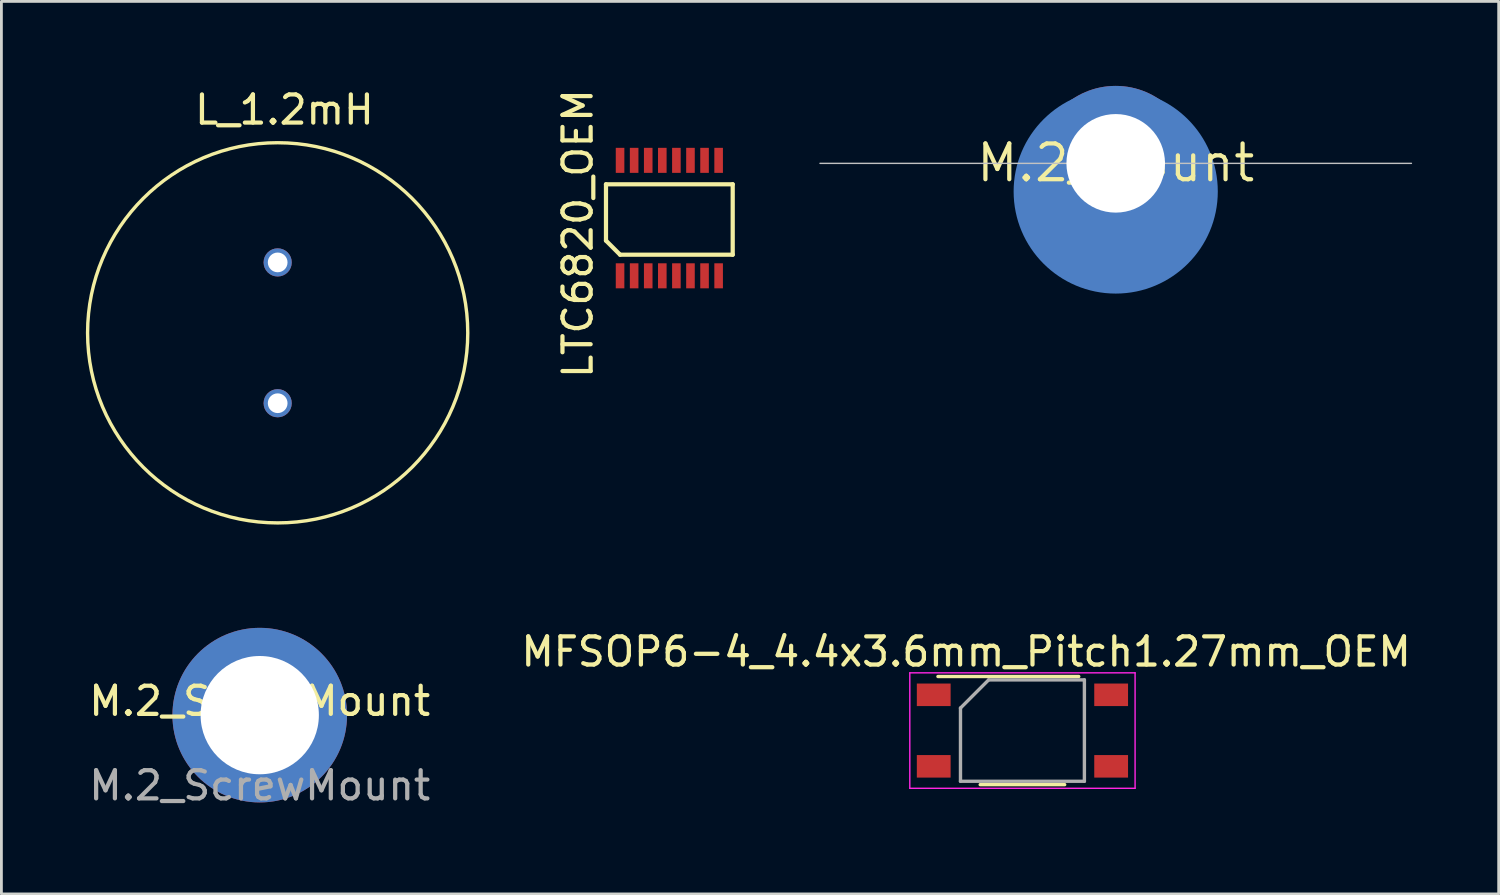
<source format=kicad_pcb>
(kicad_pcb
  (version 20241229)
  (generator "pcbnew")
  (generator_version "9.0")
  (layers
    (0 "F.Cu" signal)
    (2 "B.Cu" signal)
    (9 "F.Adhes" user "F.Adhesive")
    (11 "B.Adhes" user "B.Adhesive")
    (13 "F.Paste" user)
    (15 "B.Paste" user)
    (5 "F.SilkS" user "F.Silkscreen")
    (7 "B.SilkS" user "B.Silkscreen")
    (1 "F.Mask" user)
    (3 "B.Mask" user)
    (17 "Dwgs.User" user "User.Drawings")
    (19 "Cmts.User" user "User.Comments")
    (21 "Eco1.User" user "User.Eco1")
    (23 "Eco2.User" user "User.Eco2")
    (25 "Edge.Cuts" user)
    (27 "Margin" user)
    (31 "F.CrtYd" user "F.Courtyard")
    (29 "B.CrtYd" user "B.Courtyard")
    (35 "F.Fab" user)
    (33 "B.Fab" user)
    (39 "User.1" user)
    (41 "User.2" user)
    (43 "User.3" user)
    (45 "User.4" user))
  (footprint "M.2_ScrewMount"
    (layer "F.Cu")
    (at 6.173 22.344)
    (property "Reference" "M.2_ScrewMount" (at 0 -0.5 0) (unlocked yes) (layer "F.SilkS") (effects (font (size 1 1) (thickness 0.15))))
    (attr through_hole)
    (fp_text user "${REFERENCE}" (at 0 2.5 0) (unlocked yes) (layer "F.Fab") (effects (font (size 1 1) (thickness 0.15))))
    (pad "1" thru_hole circle (at 0 0) (size 6.2 6.2) (drill 4.2) (layers "*.Cu" "*.Mask")))
  (footprint "MFSOP6-4_4.4x3.6mm_Pitch1.27mm_OEM"
    (layer "F.Cu")
    (at 33.256 22.892)
    (property "Reference" "MFSOP6-4_4.4x3.6mm_Pitch1.27mm_OEM" (at -2 -2.8 0) (layer "F.SilkS") (effects (font (size 1 1) (thickness 0.15))))
    (attr smd)
    (fp_line (start -3 -1.92) (end 2 -1.92) (stroke (width 0.12) (type solid)) (layer "F.SilkS"))
    (fp_line (start 1.5 1.92) (end -1.5 1.92) (stroke (width 0.12) (type solid)) (layer "F.SilkS"))
    (fp_line (start -4 -2.05) (end -4 2.05) (stroke (width 0.05) (type solid)) (layer "F.CrtYd"))
    (fp_line (start -4 -2.05) (end 4 -2.05) (stroke (width 0.05) (type solid)) (layer "F.CrtYd"))
    (fp_line (start 4 2.05) (end -4 2.05) (stroke (width 0.05) (type solid)) (layer "F.CrtYd"))
    (fp_line (start 4 2.05) (end 4 -2.05) (stroke (width 0.05) (type solid)) (layer "F.CrtYd"))
    (fp_line (start -2.2 -0.8) (end -2.2 1.8) (stroke (width 0.12) (type solid)) (layer "F.Fab"))
    (fp_line (start -2.2 1.8) (end 2.2 1.8) (stroke (width 0.12) (type solid)) (layer "F.Fab"))
    (fp_line (start -1.2 -1.8) (end -2.2 -0.8) (stroke (width 0.12) (type solid)) (layer "F.Fab"))
    (fp_line (start 2.2 -1.8) (end -1.2 -1.8) (stroke (width 0.12) (type solid)) (layer "F.Fab"))
    (fp_line (start 2.2 1.8) (end 2.2 -1.8) (stroke (width 0.12) (type solid)) (layer "F.Fab"))
    (pad "1" smd rect (at -3.15 -1.27) (size 1.2 0.8) (layers "F.Cu" "F.Mask" "F.Paste"))
    (pad "3" smd rect (at -3.15 1.27) (size 1.2 0.8) (layers "F.Cu" "F.Mask" "F.Paste"))
    (pad "4" smd rect (at 3.15 1.27) (size 1.2 0.8) (layers "F.Cu" "F.Mask" "F.Paste"))
    (pad "6" smd rect (at 3.15 -1.27) (size 1.2 0.8) (layers "F.Cu" "F.Mask" "F.Paste")))
  (footprint "L_1.2mH"
    (layer "F.Cu")
    (at 6.81 6.268)
    (property "Reference" "L_1.2mH" (at 0.24 -5.42 0) (layer "F.SilkS") (effects (font (size 1 1) (thickness 0.15))))
    (attr through_hole)
    (fp_circle (center 0 2.5) (end 6.75 2.5) (stroke (width 0.12) (type solid)) (fill no) (layer "F.SilkS"))
    (pad "1" thru_hole circle (at 0 0) (size 1 1) (drill 0.7) (layers "*.Cu" "*.Mask"))
    (pad "2" thru_hole circle (at 0 5) (size 1 1) (drill 0.7) (layers "*.Cu" "*.Mask")))
  (footprint "LTC6820_OEM"
    (layer "F.Cu")
    (at 16.968 15.994)
    (property "Reference" "LTC6820_OEM" (at 0.5 -10.75 90) (layer "F.SilkS") (effects (font (size 1 1) (thickness 0.15))))
    (attr through_hole)
    (fp_line (start 1.5 -10.5) (end 1.5 -12.5) (stroke (width 0.15) (type solid)) (layer "F.SilkS"))
    (fp_line (start 2 -10) (end 1.5 -10.5) (stroke (width 0.15) (type solid)) (layer "F.SilkS"))
    (fp_line (start 6 -12.5) (end 1.5 -12.5) (stroke (width 0.15) (type solid)) (layer "F.SilkS"))
    (fp_line (start 6 -12.5) (end 6 -10) (stroke (width 0.15) (type solid)) (layer "F.SilkS"))
    (fp_line (start 6 -10) (end 2 -10) (stroke (width 0.15) (type solid)) (layer "F.SilkS"))
    (pad "1" smd rect (at 2 -9.25) (size 0.305 0.889) (layers "F.Cu" "F.Mask" "F.Paste"))
    (pad "2" smd rect (at 2.5 -9.25) (size 0.305 0.889) (layers "F.Cu" "F.Mask" "F.Paste"))
    (pad "3" smd rect (at 3 -9.25) (size 0.305 0.889) (layers "F.Cu" "F.Mask" "F.Paste"))
    (pad "4" smd rect (at 3.5 -9.25) (size 0.305 0.889) (layers "F.Cu" "F.Mask" "F.Paste"))
    (pad "5" smd rect (at 4 -9.25) (size 0.305 0.889) (layers "F.Cu" "F.Mask" "F.Paste"))
    (pad "6" smd rect (at 4.5 -9.25) (size 0.305 0.889) (layers "F.Cu" "F.Mask" "F.Paste"))
    (pad "7" smd rect (at 5 -9.25) (size 0.305 0.889) (layers "F.Cu" "F.Mask" "F.Paste"))
    (pad "8" smd rect (at 5.5 -9.25) (size 0.305 0.889) (layers "F.Cu" "F.Mask" "F.Paste"))
    (pad "9" smd rect (at 5.5 -13.35) (size 0.305 0.889) (layers "F.Cu" "F.Mask" "F.Paste"))
    (pad "10" smd rect (at 5 -13.35) (size 0.305 0.889) (layers "F.Cu" "F.Mask" "F.Paste"))
    (pad "11" smd rect (at 4.5 -13.35) (size 0.305 0.889) (layers "F.Cu" "F.Mask" "F.Paste"))
    (pad "12" smd rect (at 4 -13.35) (size 0.305 0.889) (layers "F.Cu" "F.Mask" "F.Paste"))
    (pad "13" smd rect (at 3.5 -13.35) (size 0.305 0.889) (layers "F.Cu" "F.Mask" "F.Paste"))
    (pad "14" smd rect (at 3 -13.35) (size 0.305 0.889) (layers "F.Cu" "F.Mask" "F.Paste"))
    (pad "15" smd rect (at 2.5 -13.35) (size 0.305 0.889) (layers "F.Cu" "F.Mask" "F.Paste"))
    (pad "16" smd rect (at 2 -13.35) (size 0.305 0.889) (layers "F.Cu" "F.Mask" "F.Paste")))
  (footprint "M.2_Mount"
    (layer "F.Cu")
    (at 36.568 2.734)
    (property "Reference" "M.2_Mount" (at 0 0 0) (layer "F.SilkS") (effects (font (size 1.27 1.27) (thickness 0.15))))
    (attr through_hole exclude_from_bom)
    (fp_line (start 10.5 0.016) (end -10.5 0.016) (stroke (width 0.05) (type solid)) (layer "Dwgs.User"))
    (pad "1" thru_hole circle (at 0 0.016) (size 5.5 5.5) (drill 3.5) (layers "*.Cu" "*.Mask"))
    (pad "1" smd circle (at 0 1.016) (size 7.25 7.25) (layers "B.Cu" "B.Mask")))
  (gr_rect
    (start -3 -3)
    (end 50.167 28.692)
    (stroke (width 0.1) (type default))
    (fill no)
    (layer "Edge.Cuts")))
</source>
